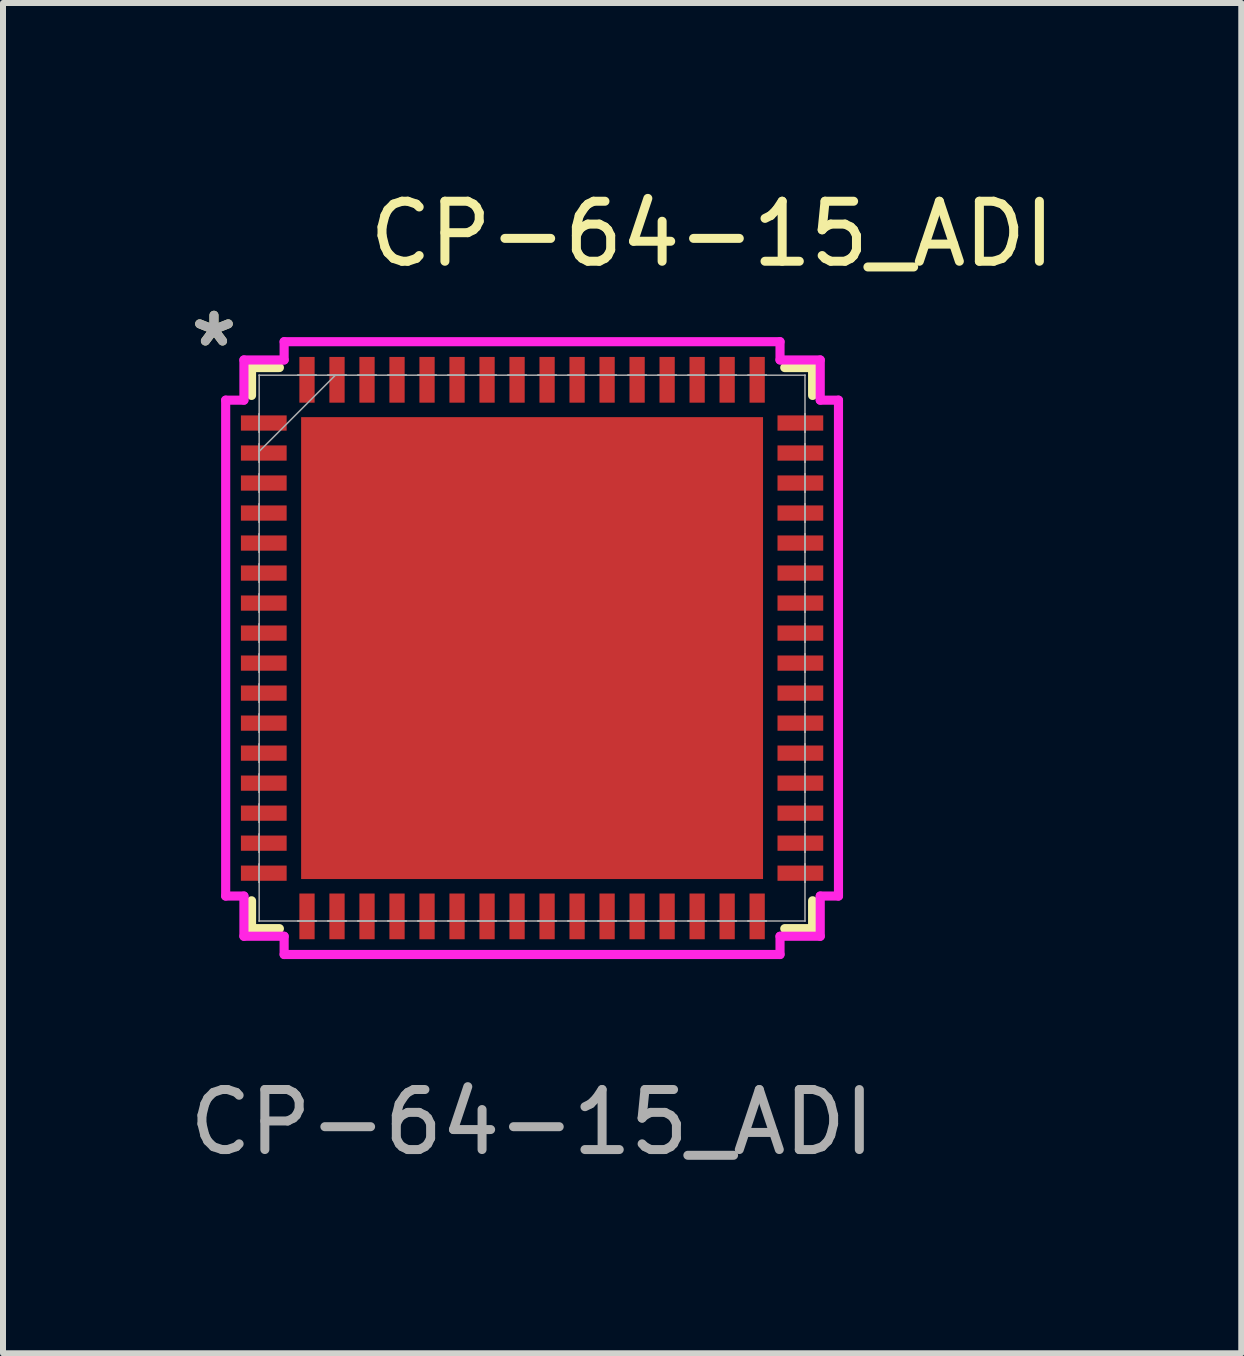
<source format=kicad_pcb>
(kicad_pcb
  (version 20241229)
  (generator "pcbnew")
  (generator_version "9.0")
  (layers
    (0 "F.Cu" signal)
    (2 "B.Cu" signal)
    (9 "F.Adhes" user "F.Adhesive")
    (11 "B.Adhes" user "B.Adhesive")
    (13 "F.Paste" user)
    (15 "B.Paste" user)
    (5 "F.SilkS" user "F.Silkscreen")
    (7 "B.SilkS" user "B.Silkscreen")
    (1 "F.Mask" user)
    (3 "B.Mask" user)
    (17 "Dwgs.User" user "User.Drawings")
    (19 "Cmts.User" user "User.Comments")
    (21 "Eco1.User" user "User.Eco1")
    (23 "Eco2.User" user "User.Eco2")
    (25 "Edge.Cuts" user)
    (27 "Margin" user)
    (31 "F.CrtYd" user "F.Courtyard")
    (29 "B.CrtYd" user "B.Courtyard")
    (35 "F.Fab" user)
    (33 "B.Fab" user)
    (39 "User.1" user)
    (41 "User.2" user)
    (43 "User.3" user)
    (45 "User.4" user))
  (footprint "CP-64-15_ADI"
    (layer "F.Cu")
    (at 5.815 7.748)
    (property "Reference" "CP-64-15_ADI" (at 3 -6.9 0) (unlocked yes) (layer "F.SilkS") (effects (font (size 1 1) (thickness 0.15))))
    (attr smd)
    (fp_line (start -4.674 -4.674) (end -4.674 -4.21) (stroke (width 0.152) (type solid)) (layer "F.SilkS"))
    (fp_line (start -4.674 4.21) (end -4.674 4.674) (stroke (width 0.152) (type solid)) (layer "F.SilkS"))
    (fp_line (start -4.674 4.674) (end -4.21 4.674) (stroke (width 0.152) (type solid)) (layer "F.SilkS"))
    (fp_line (start -4.21 -4.674) (end -4.674 -4.674) (stroke (width 0.152) (type solid)) (layer "F.SilkS"))
    (fp_line (start 4.21 4.674) (end 4.674 4.674) (stroke (width 0.152) (type solid)) (layer "F.SilkS"))
    (fp_line (start 4.674 -4.674) (end 4.21 -4.674) (stroke (width 0.152) (type solid)) (layer "F.SilkS"))
    (fp_line (start 4.674 -4.21) (end 4.674 -4.674) (stroke (width 0.152) (type solid)) (layer "F.SilkS"))
    (fp_line (start 4.674 4.674) (end 4.674 4.21) (stroke (width 0.152) (type solid)) (layer "F.SilkS"))
    (fp_poly (pts (xy -3.748 -3.748) (xy -3.748 -2.665) (xy -2.665 -2.665) (xy -2.665 -3.748)) (stroke (width 0) (type solid)) (fill yes) (layer "F.Paste"))
    (fp_poly (pts (xy -3.748 -2.465) (xy -3.748 -1.383) (xy -2.665 -1.383) (xy -2.665 -2.465)) (stroke (width 0) (type solid)) (fill yes) (layer "F.Paste"))
    (fp_poly (pts (xy -3.748 -1.183) (xy -3.748 -0.1) (xy -2.665 -0.1) (xy -2.665 -1.183)) (stroke (width 0) (type solid)) (fill yes) (layer "F.Paste"))
    (fp_poly (pts (xy -3.748 0.1) (xy -3.748 1.183) (xy -2.665 1.183) (xy -2.665 0.1)) (stroke (width 0) (type solid)) (fill yes) (layer "F.Paste"))
    (fp_poly (pts (xy -3.748 1.383) (xy -3.748 2.465) (xy -2.665 2.465) (xy -2.665 1.383)) (stroke (width 0) (type solid)) (fill yes) (layer "F.Paste"))
    (fp_poly (pts (xy -3.748 2.665) (xy -3.748 3.748) (xy -2.665 3.748) (xy -2.665 2.665)) (stroke (width 0) (type solid)) (fill yes) (layer "F.Paste"))
    (fp_poly (pts (xy -2.465 -3.748) (xy -2.465 -2.665) (xy -1.383 -2.665) (xy -1.383 -3.748)) (stroke (width 0) (type solid)) (fill yes) (layer "F.Paste"))
    (fp_poly (pts (xy -2.465 -2.465) (xy -2.465 -1.383) (xy -1.383 -1.383) (xy -1.383 -2.465)) (stroke (width 0) (type solid)) (fill yes) (layer "F.Paste"))
    (fp_poly (pts (xy -2.465 -1.183) (xy -2.465 -0.1) (xy -1.383 -0.1) (xy -1.383 -1.183)) (stroke (width 0) (type solid)) (fill yes) (layer "F.Paste"))
    (fp_poly (pts (xy -2.465 0.1) (xy -2.465 1.183) (xy -1.383 1.183) (xy -1.383 0.1)) (stroke (width 0) (type solid)) (fill yes) (layer "F.Paste"))
    (fp_poly (pts (xy -2.465 1.383) (xy -2.465 2.465) (xy -1.383 2.465) (xy -1.383 1.383)) (stroke (width 0) (type solid)) (fill yes) (layer "F.Paste"))
    (fp_poly (pts (xy -2.465 2.665) (xy -2.465 3.748) (xy -1.383 3.748) (xy -1.383 2.665)) (stroke (width 0) (type solid)) (fill yes) (layer "F.Paste"))
    (fp_poly (pts (xy -1.183 -3.748) (xy -1.183 -2.665) (xy -0.1 -2.665) (xy -0.1 -3.748)) (stroke (width 0) (type solid)) (fill yes) (layer "F.Paste"))
    (fp_poly (pts (xy -1.183 -2.465) (xy -1.183 -1.383) (xy -0.1 -1.383) (xy -0.1 -2.465)) (stroke (width 0) (type solid)) (fill yes) (layer "F.Paste"))
    (fp_poly (pts (xy -1.183 -1.183) (xy -1.183 -0.1) (xy -0.1 -0.1) (xy -0.1 -1.183)) (stroke (width 0) (type solid)) (fill yes) (layer "F.Paste"))
    (fp_poly (pts (xy -1.183 0.1) (xy -1.183 1.183) (xy -0.1 1.183) (xy -0.1 0.1)) (stroke (width 0) (type solid)) (fill yes) (layer "F.Paste"))
    (fp_poly (pts (xy -1.183 1.383) (xy -1.183 2.465) (xy -0.1 2.465) (xy -0.1 1.383)) (stroke (width 0) (type solid)) (fill yes) (layer "F.Paste"))
    (fp_poly (pts (xy -1.183 2.665) (xy -1.183 3.748) (xy -0.1 3.748) (xy -0.1 2.665)) (stroke (width 0) (type solid)) (fill yes) (layer "F.Paste"))
    (fp_poly (pts (xy 0.1 -3.748) (xy 0.1 -2.665) (xy 1.183 -2.665) (xy 1.183 -3.748)) (stroke (width 0) (type solid)) (fill yes) (layer "F.Paste"))
    (fp_poly (pts (xy 0.1 -2.465) (xy 0.1 -1.383) (xy 1.183 -1.383) (xy 1.183 -2.465)) (stroke (width 0) (type solid)) (fill yes) (layer "F.Paste"))
    (fp_poly (pts (xy 0.1 -1.183) (xy 0.1 -0.1) (xy 1.183 -0.1) (xy 1.183 -1.183)) (stroke (width 0) (type solid)) (fill yes) (layer "F.Paste"))
    (fp_poly (pts (xy 0.1 0.1) (xy 0.1 1.183) (xy 1.183 1.183) (xy 1.183 0.1)) (stroke (width 0) (type solid)) (fill yes) (layer "F.Paste"))
    (fp_poly (pts (xy 0.1 1.383) (xy 0.1 2.465) (xy 1.183 2.465) (xy 1.183 1.383)) (stroke (width 0) (type solid)) (fill yes) (layer "F.Paste"))
    (fp_poly (pts (xy 0.1 2.665) (xy 0.1 3.748) (xy 1.183 3.748) (xy 1.183 2.665)) (stroke (width 0) (type solid)) (fill yes) (layer "F.Paste"))
    (fp_poly (pts (xy 1.383 -3.748) (xy 1.383 -2.665) (xy 2.465 -2.665) (xy 2.465 -3.748)) (stroke (width 0) (type solid)) (fill yes) (layer "F.Paste"))
    (fp_poly (pts (xy 1.383 -2.465) (xy 1.383 -1.383) (xy 2.465 -1.383) (xy 2.465 -2.465)) (stroke (width 0) (type solid)) (fill yes) (layer "F.Paste"))
    (fp_poly (pts (xy 1.383 -1.183) (xy 1.383 -0.1) (xy 2.465 -0.1) (xy 2.465 -1.183)) (stroke (width 0) (type solid)) (fill yes) (layer "F.Paste"))
    (fp_poly (pts (xy 1.383 0.1) (xy 1.383 1.183) (xy 2.465 1.183) (xy 2.465 0.1)) (stroke (width 0) (type solid)) (fill yes) (layer "F.Paste"))
    (fp_poly (pts (xy 1.383 1.383) (xy 1.383 2.465) (xy 2.465 2.465) (xy 2.465 1.383)) (stroke (width 0) (type solid)) (fill yes) (layer "F.Paste"))
    (fp_poly (pts (xy 1.383 2.665) (xy 1.383 3.748) (xy 2.465 3.748) (xy 2.465 2.665)) (stroke (width 0) (type solid)) (fill yes) (layer "F.Paste"))
    (fp_poly (pts (xy 2.665 -3.748) (xy 2.665 -2.665) (xy 3.748 -2.665) (xy 3.748 -3.748)) (stroke (width 0) (type solid)) (fill yes) (layer "F.Paste"))
    (fp_poly (pts (xy 2.665 -2.465) (xy 2.665 -1.383) (xy 3.748 -1.383) (xy 3.748 -2.465)) (stroke (width 0) (type solid)) (fill yes) (layer "F.Paste"))
    (fp_poly (pts (xy 2.665 -1.183) (xy 2.665 -0.1) (xy 3.748 -0.1) (xy 3.748 -1.183)) (stroke (width 0) (type solid)) (fill yes) (layer "F.Paste"))
    (fp_poly (pts (xy 2.665 0.1) (xy 2.665 1.183) (xy 3.748 1.183) (xy 3.748 0.1)) (stroke (width 0) (type solid)) (fill yes) (layer "F.Paste"))
    (fp_poly (pts (xy 2.665 1.383) (xy 2.665 2.465) (xy 3.748 2.465) (xy 3.748 1.383)) (stroke (width 0) (type solid)) (fill yes) (layer "F.Paste"))
    (fp_poly (pts (xy 2.665 2.665) (xy 2.665 3.748) (xy 3.748 3.748) (xy 3.748 2.665)) (stroke (width 0) (type solid)) (fill yes) (layer "F.Paste"))
    (fp_line (start -5.105 -4.131) (end -4.801 -4.131) (stroke (width 0.152) (type solid)) (layer "F.CrtYd"))
    (fp_line (start -5.105 4.131) (end -5.105 -4.131) (stroke (width 0.152) (type solid)) (layer "F.CrtYd"))
    (fp_line (start -4.801 -4.801) (end -4.131 -4.801) (stroke (width 0.152) (type solid)) (layer "F.CrtYd"))
    (fp_line (start -4.801 -4.131) (end -4.801 -4.801) (stroke (width 0.152) (type solid)) (layer "F.CrtYd"))
    (fp_line (start -4.801 4.131) (end -5.105 4.131) (stroke (width 0.152) (type solid)) (layer "F.CrtYd"))
    (fp_line (start -4.801 4.801) (end -4.801 4.131) (stroke (width 0.152) (type solid)) (layer "F.CrtYd"))
    (fp_line (start -4.131 -5.105) (end 4.131 -5.105) (stroke (width 0.152) (type solid)) (layer "F.CrtYd"))
    (fp_line (start -4.131 -4.801) (end -4.131 -5.105) (stroke (width 0.152) (type solid)) (layer "F.CrtYd"))
    (fp_line (start -4.131 4.801) (end -4.801 4.801) (stroke (width 0.152) (type solid)) (layer "F.CrtYd"))
    (fp_line (start -4.131 5.105) (end -4.131 4.801) (stroke (width 0.152) (type solid)) (layer "F.CrtYd"))
    (fp_line (start 4.131 -5.105) (end 4.131 -4.801) (stroke (width 0.152) (type solid)) (layer "F.CrtYd"))
    (fp_line (start 4.131 -4.801) (end 4.801 -4.801) (stroke (width 0.152) (type solid)) (layer "F.CrtYd"))
    (fp_line (start 4.131 4.801) (end 4.131 5.105) (stroke (width 0.152) (type solid)) (layer "F.CrtYd"))
    (fp_line (start 4.131 5.105) (end -4.131 5.105) (stroke (width 0.152) (type solid)) (layer "F.CrtYd"))
    (fp_line (start 4.801 -4.801) (end 4.801 -4.131) (stroke (width 0.152) (type solid)) (layer "F.CrtYd"))
    (fp_line (start 4.801 -4.131) (end 5.105 -4.131) (stroke (width 0.152) (type solid)) (layer "F.CrtYd"))
    (fp_line (start 4.801 4.131) (end 4.801 4.801) (stroke (width 0.152) (type solid)) (layer "F.CrtYd"))
    (fp_line (start 4.801 4.801) (end 4.131 4.801) (stroke (width 0.152) (type solid)) (layer "F.CrtYd"))
    (fp_line (start 5.105 -4.131) (end 5.105 4.131) (stroke (width 0.152) (type solid)) (layer "F.CrtYd"))
    (fp_line (start 5.105 4.131) (end 4.801 4.131) (stroke (width 0.152) (type solid)) (layer "F.CrtYd"))
    (fp_line (start -4.547 -4.547) (end -4.547 -4.547) (stroke (width 0.025) (type solid)) (layer "F.Fab"))
    (fp_line (start -4.547 -4.547) (end -4.547 4.547) (stroke (width 0.025) (type solid)) (layer "F.Fab"))
    (fp_line (start -4.547 -3.902) (end -4.547 -3.902) (stroke (width 0.025) (type solid)) (layer "F.Fab"))
    (fp_line (start -4.547 -3.902) (end -4.547 -3.598) (stroke (width 0.025) (type solid)) (layer "F.Fab"))
    (fp_line (start -4.547 -3.598) (end -4.547 -3.902) (stroke (width 0.025) (type solid)) (layer "F.Fab"))
    (fp_line (start -4.547 -3.598) (end -4.547 -3.598) (stroke (width 0.025) (type solid)) (layer "F.Fab"))
    (fp_line (start -4.547 -3.402) (end -4.547 -3.402) (stroke (width 0.025) (type solid)) (layer "F.Fab"))
    (fp_line (start -4.547 -3.402) (end -4.547 -3.098) (stroke (width 0.025) (type solid)) (layer "F.Fab"))
    (fp_line (start -4.547 -3.277) (end -3.277 -4.547) (stroke (width 0.025) (type solid)) (layer "F.Fab"))
    (fp_line (start -4.547 -3.098) (end -4.547 -3.402) (stroke (width 0.025) (type solid)) (layer "F.Fab"))
    (fp_line (start -4.547 -3.098) (end -4.547 -3.098) (stroke (width 0.025) (type solid)) (layer "F.Fab"))
    (fp_line (start -4.547 -2.902) (end -4.547 -2.902) (stroke (width 0.025) (type solid)) (layer "F.Fab"))
    (fp_line (start -4.547 -2.902) (end -4.547 -2.598) (stroke (width 0.025) (type solid)) (layer "F.Fab"))
    (fp_line (start -4.547 -2.598) (end -4.547 -2.902) (stroke (width 0.025) (type solid)) (layer "F.Fab"))
    (fp_line (start -4.547 -2.598) (end -4.547 -2.598) (stroke (width 0.025) (type solid)) (layer "F.Fab"))
    (fp_line (start -4.547 -2.402) (end -4.547 -2.402) (stroke (width 0.025) (type solid)) (layer "F.Fab"))
    (fp_line (start -4.547 -2.402) (end -4.547 -2.098) (stroke (width 0.025) (type solid)) (layer "F.Fab"))
    (fp_line (start -4.547 -2.098) (end -4.547 -2.402) (stroke (width 0.025) (type solid)) (layer "F.Fab"))
    (fp_line (start -4.547 -2.098) (end -4.547 -2.098) (stroke (width 0.025) (type solid)) (layer "F.Fab"))
    (fp_line (start -4.547 -1.902) (end -4.547 -1.902) (stroke (width 0.025) (type solid)) (layer "F.Fab"))
    (fp_line (start -4.547 -1.902) (end -4.547 -1.598) (stroke (width 0.025) (type solid)) (layer "F.Fab"))
    (fp_line (start -4.547 -1.598) (end -4.547 -1.902) (stroke (width 0.025) (type solid)) (layer "F.Fab"))
    (fp_line (start -4.547 -1.598) (end -4.547 -1.598) (stroke (width 0.025) (type solid)) (layer "F.Fab"))
    (fp_line (start -4.547 -1.402) (end -4.547 -1.402) (stroke (width 0.025) (type solid)) (layer "F.Fab"))
    (fp_line (start -4.547 -1.402) (end -4.547 -1.098) (stroke (width 0.025) (type solid)) (layer "F.Fab"))
    (fp_line (start -4.547 -1.098) (end -4.547 -1.402) (stroke (width 0.025) (type solid)) (layer "F.Fab"))
    (fp_line (start -4.547 -1.098) (end -4.547 -1.098) (stroke (width 0.025) (type solid)) (layer "F.Fab"))
    (fp_line (start -4.547 -0.902) (end -4.547 -0.902) (stroke (width 0.025) (type solid)) (layer "F.Fab"))
    (fp_line (start -4.547 -0.902) (end -4.547 -0.598) (stroke (width 0.025) (type solid)) (layer "F.Fab"))
    (fp_line (start -4.547 -0.598) (end -4.547 -0.902) (stroke (width 0.025) (type solid)) (layer "F.Fab"))
    (fp_line (start -4.547 -0.598) (end -4.547 -0.598) (stroke (width 0.025) (type solid)) (layer "F.Fab"))
    (fp_line (start -4.547 -0.402) (end -4.547 -0.402) (stroke (width 0.025) (type solid)) (layer "F.Fab"))
    (fp_line (start -4.547 -0.402) (end -4.547 -0.098) (stroke (width 0.025) (type solid)) (layer "F.Fab"))
    (fp_line (start -4.547 -0.098) (end -4.547 -0.402) (stroke (width 0.025) (type solid)) (layer "F.Fab"))
    (fp_line (start -4.547 -0.098) (end -4.547 -0.098) (stroke (width 0.025) (type solid)) (layer "F.Fab"))
    (fp_line (start -4.547 0.098) (end -4.547 0.098) (stroke (width 0.025) (type solid)) (layer "F.Fab"))
    (fp_line (start -4.547 0.098) (end -4.547 0.402) (stroke (width 0.025) (type solid)) (layer "F.Fab"))
    (fp_line (start -4.547 0.402) (end -4.547 0.098) (stroke (width 0.025) (type solid)) (layer "F.Fab"))
    (fp_line (start -4.547 0.402) (end -4.547 0.402) (stroke (width 0.025) (type solid)) (layer "F.Fab"))
    (fp_line (start -4.547 0.598) (end -4.547 0.598) (stroke (width 0.025) (type solid)) (layer "F.Fab"))
    (fp_line (start -4.547 0.598) (end -4.547 0.902) (stroke (width 0.025) (type solid)) (layer "F.Fab"))
    (fp_line (start -4.547 0.902) (end -4.547 0.598) (stroke (width 0.025) (type solid)) (layer "F.Fab"))
    (fp_line (start -4.547 0.902) (end -4.547 0.902) (stroke (width 0.025) (type solid)) (layer "F.Fab"))
    (fp_line (start -4.547 1.098) (end -4.547 1.098) (stroke (width 0.025) (type solid)) (layer "F.Fab"))
    (fp_line (start -4.547 1.098) (end -4.547 1.402) (stroke (width 0.025) (type solid)) (layer "F.Fab"))
    (fp_line (start -4.547 1.402) (end -4.547 1.098) (stroke (width 0.025) (type solid)) (layer "F.Fab"))
    (fp_line (start -4.547 1.402) (end -4.547 1.402) (stroke (width 0.025) (type solid)) (layer "F.Fab"))
    (fp_line (start -4.547 1.598) (end -4.547 1.598) (stroke (width 0.025) (type solid)) (layer "F.Fab"))
    (fp_line (start -4.547 1.598) (end -4.547 1.902) (stroke (width 0.025) (type solid)) (layer "F.Fab"))
    (fp_line (start -4.547 1.902) (end -4.547 1.598) (stroke (width 0.025) (type solid)) (layer "F.Fab"))
    (fp_line (start -4.547 1.902) (end -4.547 1.902) (stroke (width 0.025) (type solid)) (layer "F.Fab"))
    (fp_line (start -4.547 2.098) (end -4.547 2.098) (stroke (width 0.025) (type solid)) (layer "F.Fab"))
    (fp_line (start -4.547 2.098) (end -4.547 2.402) (stroke (width 0.025) (type solid)) (layer "F.Fab"))
    (fp_line (start -4.547 2.402) (end -4.547 2.098) (stroke (width 0.025) (type solid)) (layer "F.Fab"))
    (fp_line (start -4.547 2.402) (end -4.547 2.402) (stroke (width 0.025) (type solid)) (layer "F.Fab"))
    (fp_line (start -4.547 2.598) (end -4.547 2.598) (stroke (width 0.025) (type solid)) (layer "F.Fab"))
    (fp_line (start -4.547 2.598) (end -4.547 2.902) (stroke (width 0.025) (type solid)) (layer "F.Fab"))
    (fp_line (start -4.547 2.902) (end -4.547 2.598) (stroke (width 0.025) (type solid)) (layer "F.Fab"))
    (fp_line (start -4.547 2.902) (end -4.547 2.902) (stroke (width 0.025) (type solid)) (layer "F.Fab"))
    (fp_line (start -4.547 3.098) (end -4.547 3.098) (stroke (width 0.025) (type solid)) (layer "F.Fab"))
    (fp_line (start -4.547 3.098) (end -4.547 3.402) (stroke (width 0.025) (type solid)) (layer "F.Fab"))
    (fp_line (start -4.547 3.402) (end -4.547 3.098) (stroke (width 0.025) (type solid)) (layer "F.Fab"))
    (fp_line (start -4.547 3.402) (end -4.547 3.402) (stroke (width 0.025) (type solid)) (layer "F.Fab"))
    (fp_line (start -4.547 3.598) (end -4.547 3.598) (stroke (width 0.025) (type solid)) (layer "F.Fab"))
    (fp_line (start -4.547 3.598) (end -4.547 3.902) (stroke (width 0.025) (type solid)) (layer "F.Fab"))
    (fp_line (start -4.547 3.902) (end -4.547 3.598) (stroke (width 0.025) (type solid)) (layer "F.Fab"))
    (fp_line (start -4.547 3.902) (end -4.547 3.902) (stroke (width 0.025) (type solid)) (layer "F.Fab"))
    (fp_line (start -4.547 4.547) (end -4.547 4.547) (stroke (width 0.025) (type solid)) (layer "F.Fab"))
    (fp_line (start -4.547 4.547) (end 4.547 4.547) (stroke (width 0.025) (type solid)) (layer "F.Fab"))
    (fp_line (start -3.902 -4.547) (end -3.902 -4.547) (stroke (width 0.025) (type solid)) (layer "F.Fab"))
    (fp_line (start -3.902 -4.547) (end -3.598 -4.547) (stroke (width 0.025) (type solid)) (layer "F.Fab"))
    (fp_line (start -3.902 4.547) (end -3.902 4.547) (stroke (width 0.025) (type solid)) (layer "F.Fab"))
    (fp_line (start -3.902 4.547) (end -3.598 4.547) (stroke (width 0.025) (type solid)) (layer "F.Fab"))
    (fp_line (start -3.598 -4.547) (end -3.902 -4.547) (stroke (width 0.025) (type solid)) (layer "F.Fab"))
    (fp_line (start -3.598 -4.547) (end -3.598 -4.547) (stroke (width 0.025) (type solid)) (layer "F.Fab"))
    (fp_line (start -3.598 4.547) (end -3.902 4.547) (stroke (width 0.025) (type solid)) (layer "F.Fab"))
    (fp_line (start -3.598 4.547) (end -3.598 4.547) (stroke (width 0.025) (type solid)) (layer "F.Fab"))
    (fp_line (start -3.402 -4.547) (end -3.402 -4.547) (stroke (width 0.025) (type solid)) (layer "F.Fab"))
    (fp_line (start -3.402 -4.547) (end -3.098 -4.547) (stroke (width 0.025) (type solid)) (layer "F.Fab"))
    (fp_line (start -3.402 4.547) (end -3.402 4.547) (stroke (width 0.025) (type solid)) (layer "F.Fab"))
    (fp_line (start -3.402 4.547) (end -3.098 4.547) (stroke (width 0.025) (type solid)) (layer "F.Fab"))
    (fp_line (start -3.098 -4.547) (end -3.402 -4.547) (stroke (width 0.025) (type solid)) (layer "F.Fab"))
    (fp_line (start -3.098 -4.547) (end -3.098 -4.547) (stroke (width 0.025) (type solid)) (layer "F.Fab"))
    (fp_line (start -3.098 4.547) (end -3.402 4.547) (stroke (width 0.025) (type solid)) (layer "F.Fab"))
    (fp_line (start -3.098 4.547) (end -3.098 4.547) (stroke (width 0.025) (type solid)) (layer "F.Fab"))
    (fp_line (start -2.902 -4.547) (end -2.902 -4.547) (stroke (width 0.025) (type solid)) (layer "F.Fab"))
    (fp_line (start -2.902 -4.547) (end -2.598 -4.547) (stroke (width 0.025) (type solid)) (layer "F.Fab"))
    (fp_line (start -2.902 4.547) (end -2.902 4.547) (stroke (width 0.025) (type solid)) (layer "F.Fab"))
    (fp_line (start -2.902 4.547) (end -2.598 4.547) (stroke (width 0.025) (type solid)) (layer "F.Fab"))
    (fp_line (start -2.598 -4.547) (end -2.902 -4.547) (stroke (width 0.025) (type solid)) (layer "F.Fab"))
    (fp_line (start -2.598 -4.547) (end -2.598 -4.547) (stroke (width 0.025) (type solid)) (layer "F.Fab"))
    (fp_line (start -2.598 4.547) (end -2.902 4.547) (stroke (width 0.025) (type solid)) (layer "F.Fab"))
    (fp_line (start -2.598 4.547) (end -2.598 4.547) (stroke (width 0.025) (type solid)) (layer "F.Fab"))
    (fp_line (start -2.402 -4.547) (end -2.402 -4.547) (stroke (width 0.025) (type solid)) (layer "F.Fab"))
    (fp_line (start -2.402 -4.547) (end -2.098 -4.547) (stroke (width 0.025) (type solid)) (layer "F.Fab"))
    (fp_line (start -2.402 4.547) (end -2.402 4.547) (stroke (width 0.025) (type solid)) (layer "F.Fab"))
    (fp_line (start -2.402 4.547) (end -2.098 4.547) (stroke (width 0.025) (type solid)) (layer "F.Fab"))
    (fp_line (start -2.098 -4.547) (end -2.402 -4.547) (stroke (width 0.025) (type solid)) (layer "F.Fab"))
    (fp_line (start -2.098 -4.547) (end -2.098 -4.547) (stroke (width 0.025) (type solid)) (layer "F.Fab"))
    (fp_line (start -2.098 4.547) (end -2.402 4.547) (stroke (width 0.025) (type solid)) (layer "F.Fab"))
    (fp_line (start -2.098 4.547) (end -2.098 4.547) (stroke (width 0.025) (type solid)) (layer "F.Fab"))
    (fp_line (start -1.902 -4.547) (end -1.902 -4.547) (stroke (width 0.025) (type solid)) (layer "F.Fab"))
    (fp_line (start -1.902 -4.547) (end -1.598 -4.547) (stroke (width 0.025) (type solid)) (layer "F.Fab"))
    (fp_line (start -1.902 4.547) (end -1.902 4.547) (stroke (width 0.025) (type solid)) (layer "F.Fab"))
    (fp_line (start -1.902 4.547) (end -1.598 4.547) (stroke (width 0.025) (type solid)) (layer "F.Fab"))
    (fp_line (start -1.598 -4.547) (end -1.902 -4.547) (stroke (width 0.025) (type solid)) (layer "F.Fab"))
    (fp_line (start -1.598 -4.547) (end -1.598 -4.547) (stroke (width 0.025) (type solid)) (layer "F.Fab"))
    (fp_line (start -1.598 4.547) (end -1.902 4.547) (stroke (width 0.025) (type solid)) (layer "F.Fab"))
    (fp_line (start -1.598 4.547) (end -1.598 4.547) (stroke (width 0.025) (type solid)) (layer "F.Fab"))
    (fp_line (start -1.402 -4.547) (end -1.402 -4.547) (stroke (width 0.025) (type solid)) (layer "F.Fab"))
    (fp_line (start -1.402 -4.547) (end -1.098 -4.547) (stroke (width 0.025) (type solid)) (layer "F.Fab"))
    (fp_line (start -1.402 4.547) (end -1.402 4.547) (stroke (width 0.025) (type solid)) (layer "F.Fab"))
    (fp_line (start -1.402 4.547) (end -1.098 4.547) (stroke (width 0.025) (type solid)) (layer "F.Fab"))
    (fp_line (start -1.098 -4.547) (end -1.402 -4.547) (stroke (width 0.025) (type solid)) (layer "F.Fab"))
    (fp_line (start -1.098 -4.547) (end -1.098 -4.547) (stroke (width 0.025) (type solid)) (layer "F.Fab"))
    (fp_line (start -1.098 4.547) (end -1.402 4.547) (stroke (width 0.025) (type solid)) (layer "F.Fab"))
    (fp_line (start -1.098 4.547) (end -1.098 4.547) (stroke (width 0.025) (type solid)) (layer "F.Fab"))
    (fp_line (start -0.902 -4.547) (end -0.902 -4.547) (stroke (width 0.025) (type solid)) (layer "F.Fab"))
    (fp_line (start -0.902 -4.547) (end -0.598 -4.547) (stroke (width 0.025) (type solid)) (layer "F.Fab"))
    (fp_line (start -0.902 4.547) (end -0.902 4.547) (stroke (width 0.025) (type solid)) (layer "F.Fab"))
    (fp_line (start -0.902 4.547) (end -0.598 4.547) (stroke (width 0.025) (type solid)) (layer "F.Fab"))
    (fp_line (start -0.598 -4.547) (end -0.902 -4.547) (stroke (width 0.025) (type solid)) (layer "F.Fab"))
    (fp_line (start -0.598 -4.547) (end -0.598 -4.547) (stroke (width 0.025) (type solid)) (layer "F.Fab"))
    (fp_line (start -0.598 4.547) (end -0.902 4.547) (stroke (width 0.025) (type solid)) (layer "F.Fab"))
    (fp_line (start -0.598 4.547) (end -0.598 4.547) (stroke (width 0.025) (type solid)) (layer "F.Fab"))
    (fp_line (start -0.402 -4.547) (end -0.402 -4.547) (stroke (width 0.025) (type solid)) (layer "F.Fab"))
    (fp_line (start -0.402 -4.547) (end -0.098 -4.547) (stroke (width 0.025) (type solid)) (layer "F.Fab"))
    (fp_line (start -0.402 4.547) (end -0.402 4.547) (stroke (width 0.025) (type solid)) (layer "F.Fab"))
    (fp_line (start -0.402 4.547) (end -0.098 4.547) (stroke (width 0.025) (type solid)) (layer "F.Fab"))
    (fp_line (start -0.098 -4.547) (end -0.402 -4.547) (stroke (width 0.025) (type solid)) (layer "F.Fab"))
    (fp_line (start -0.098 -4.547) (end -0.098 -4.547) (stroke (width 0.025) (type solid)) (layer "F.Fab"))
    (fp_line (start -0.098 4.547) (end -0.402 4.547) (stroke (width 0.025) (type solid)) (layer "F.Fab"))
    (fp_line (start -0.098 4.547) (end -0.098 4.547) (stroke (width 0.025) (type solid)) (layer "F.Fab"))
    (fp_line (start 0.098 -4.547) (end 0.098 -4.547) (stroke (width 0.025) (type solid)) (layer "F.Fab"))
    (fp_line (start 0.098 -4.547) (end 0.402 -4.547) (stroke (width 0.025) (type solid)) (layer "F.Fab"))
    (fp_line (start 0.098 4.547) (end 0.098 4.547) (stroke (width 0.025) (type solid)) (layer "F.Fab"))
    (fp_line (start 0.098 4.547) (end 0.402 4.547) (stroke (width 0.025) (type solid)) (layer "F.Fab"))
    (fp_line (start 0.402 -4.547) (end 0.098 -4.547) (stroke (width 0.025) (type solid)) (layer "F.Fab"))
    (fp_line (start 0.402 -4.547) (end 0.402 -4.547) (stroke (width 0.025) (type solid)) (layer "F.Fab"))
    (fp_line (start 0.402 4.547) (end 0.098 4.547) (stroke (width 0.025) (type solid)) (layer "F.Fab"))
    (fp_line (start 0.402 4.547) (end 0.402 4.547) (stroke (width 0.025) (type solid)) (layer "F.Fab"))
    (fp_line (start 0.598 -4.547) (end 0.598 -4.547) (stroke (width 0.025) (type solid)) (layer "F.Fab"))
    (fp_line (start 0.598 -4.547) (end 0.902 -4.547) (stroke (width 0.025) (type solid)) (layer "F.Fab"))
    (fp_line (start 0.598 4.547) (end 0.598 4.547) (stroke (width 0.025) (type solid)) (layer "F.Fab"))
    (fp_line (start 0.598 4.547) (end 0.902 4.547) (stroke (width 0.025) (type solid)) (layer "F.Fab"))
    (fp_line (start 0.902 -4.547) (end 0.598 -4.547) (stroke (width 0.025) (type solid)) (layer "F.Fab"))
    (fp_line (start 0.902 -4.547) (end 0.902 -4.547) (stroke (width 0.025) (type solid)) (layer "F.Fab"))
    (fp_line (start 0.902 4.547) (end 0.598 4.547) (stroke (width 0.025) (type solid)) (layer "F.Fab"))
    (fp_line (start 0.902 4.547) (end 0.902 4.547) (stroke (width 0.025) (type solid)) (layer "F.Fab"))
    (fp_line (start 1.098 -4.547) (end 1.098 -4.547) (stroke (width 0.025) (type solid)) (layer "F.Fab"))
    (fp_line (start 1.098 -4.547) (end 1.402 -4.547) (stroke (width 0.025) (type solid)) (layer "F.Fab"))
    (fp_line (start 1.098 4.547) (end 1.098 4.547) (stroke (width 0.025) (type solid)) (layer "F.Fab"))
    (fp_line (start 1.098 4.547) (end 1.402 4.547) (stroke (width 0.025) (type solid)) (layer "F.Fab"))
    (fp_line (start 1.402 -4.547) (end 1.098 -4.547) (stroke (width 0.025) (type solid)) (layer "F.Fab"))
    (fp_line (start 1.402 -4.547) (end 1.402 -4.547) (stroke (width 0.025) (type solid)) (layer "F.Fab"))
    (fp_line (start 1.402 4.547) (end 1.098 4.547) (stroke (width 0.025) (type solid)) (layer "F.Fab"))
    (fp_line (start 1.402 4.547) (end 1.402 4.547) (stroke (width 0.025) (type solid)) (layer "F.Fab"))
    (fp_line (start 1.598 -4.547) (end 1.598 -4.547) (stroke (width 0.025) (type solid)) (layer "F.Fab"))
    (fp_line (start 1.598 -4.547) (end 1.902 -4.547) (stroke (width 0.025) (type solid)) (layer "F.Fab"))
    (fp_line (start 1.598 4.547) (end 1.598 4.547) (stroke (width 0.025) (type solid)) (layer "F.Fab"))
    (fp_line (start 1.598 4.547) (end 1.902 4.547) (stroke (width 0.025) (type solid)) (layer "F.Fab"))
    (fp_line (start 1.902 -4.547) (end 1.598 -4.547) (stroke (width 0.025) (type solid)) (layer "F.Fab"))
    (fp_line (start 1.902 -4.547) (end 1.902 -4.547) (stroke (width 0.025) (type solid)) (layer "F.Fab"))
    (fp_line (start 1.902 4.547) (end 1.598 4.547) (stroke (width 0.025) (type solid)) (layer "F.Fab"))
    (fp_line (start 1.902 4.547) (end 1.902 4.547) (stroke (width 0.025) (type solid)) (layer "F.Fab"))
    (fp_line (start 2.098 -4.547) (end 2.098 -4.547) (stroke (width 0.025) (type solid)) (layer "F.Fab"))
    (fp_line (start 2.098 -4.547) (end 2.402 -4.547) (stroke (width 0.025) (type solid)) (layer "F.Fab"))
    (fp_line (start 2.098 4.547) (end 2.098 4.547) (stroke (width 0.025) (type solid)) (layer "F.Fab"))
    (fp_line (start 2.098 4.547) (end 2.402 4.547) (stroke (width 0.025) (type solid)) (layer "F.Fab"))
    (fp_line (start 2.402 -4.547) (end 2.098 -4.547) (stroke (width 0.025) (type solid)) (layer "F.Fab"))
    (fp_line (start 2.402 -4.547) (end 2.402 -4.547) (stroke (width 0.025) (type solid)) (layer "F.Fab"))
    (fp_line (start 2.402 4.547) (end 2.098 4.547) (stroke (width 0.025) (type solid)) (layer "F.Fab"))
    (fp_line (start 2.402 4.547) (end 2.402 4.547) (stroke (width 0.025) (type solid)) (layer "F.Fab"))
    (fp_line (start 2.598 -4.547) (end 2.598 -4.547) (stroke (width 0.025) (type solid)) (layer "F.Fab"))
    (fp_line (start 2.598 -4.547) (end 2.902 -4.547) (stroke (width 0.025) (type solid)) (layer "F.Fab"))
    (fp_line (start 2.598 4.547) (end 2.598 4.547) (stroke (width 0.025) (type solid)) (layer "F.Fab"))
    (fp_line (start 2.598 4.547) (end 2.902 4.547) (stroke (width 0.025) (type solid)) (layer "F.Fab"))
    (fp_line (start 2.902 -4.547) (end 2.598 -4.547) (stroke (width 0.025) (type solid)) (layer "F.Fab"))
    (fp_line (start 2.902 -4.547) (end 2.902 -4.547) (stroke (width 0.025) (type solid)) (layer "F.Fab"))
    (fp_line (start 2.902 4.547) (end 2.598 4.547) (stroke (width 0.025) (type solid)) (layer "F.Fab"))
    (fp_line (start 2.902 4.547) (end 2.902 4.547) (stroke (width 0.025) (type solid)) (layer "F.Fab"))
    (fp_line (start 3.098 -4.547) (end 3.098 -4.547) (stroke (width 0.025) (type solid)) (layer "F.Fab"))
    (fp_line (start 3.098 -4.547) (end 3.402 -4.547) (stroke (width 0.025) (type solid)) (layer "F.Fab"))
    (fp_line (start 3.098 4.547) (end 3.098 4.547) (stroke (width 0.025) (type solid)) (layer "F.Fab"))
    (fp_line (start 3.098 4.547) (end 3.402 4.547) (stroke (width 0.025) (type solid)) (layer "F.Fab"))
    (fp_line (start 3.402 -4.547) (end 3.098 -4.547) (stroke (width 0.025) (type solid)) (layer "F.Fab"))
    (fp_line (start 3.402 -4.547) (end 3.402 -4.547) (stroke (width 0.025) (type solid)) (layer "F.Fab"))
    (fp_line (start 3.402 4.547) (end 3.098 4.547) (stroke (width 0.025) (type solid)) (layer "F.Fab"))
    (fp_line (start 3.402 4.547) (end 3.402 4.547) (stroke (width 0.025) (type solid)) (layer "F.Fab"))
    (fp_line (start 3.598 -4.547) (end 3.598 -4.547) (stroke (width 0.025) (type solid)) (layer "F.Fab"))
    (fp_line (start 3.598 -4.547) (end 3.902 -4.547) (stroke (width 0.025) (type solid)) (layer "F.Fab"))
    (fp_line (start 3.598 4.547) (end 3.598 4.547) (stroke (width 0.025) (type solid)) (layer "F.Fab"))
    (fp_line (start 3.598 4.547) (end 3.902 4.547) (stroke (width 0.025) (type solid)) (layer "F.Fab"))
    (fp_line (start 3.902 -4.547) (end 3.598 -4.547) (stroke (width 0.025) (type solid)) (layer "F.Fab"))
    (fp_line (start 3.902 -4.547) (end 3.902 -4.547) (stroke (width 0.025) (type solid)) (layer "F.Fab"))
    (fp_line (start 3.902 4.547) (end 3.598 4.547) (stroke (width 0.025) (type solid)) (layer "F.Fab"))
    (fp_line (start 3.902 4.547) (end 3.902 4.547) (stroke (width 0.025) (type solid)) (layer "F.Fab"))
    (fp_line (start 4.547 -4.547) (end -4.547 -4.547) (stroke (width 0.025) (type solid)) (layer "F.Fab"))
    (fp_line (start 4.547 -4.547) (end 4.547 -4.547) (stroke (width 0.025) (type solid)) (layer "F.Fab"))
    (fp_line (start 4.547 -3.902) (end 4.547 -3.902) (stroke (width 0.025) (type solid)) (layer "F.Fab"))
    (fp_line (start 4.547 -3.902) (end 4.547 -3.598) (stroke (width 0.025) (type solid)) (layer "F.Fab"))
    (fp_line (start 4.547 -3.598) (end 4.547 -3.902) (stroke (width 0.025) (type solid)) (layer "F.Fab"))
    (fp_line (start 4.547 -3.598) (end 4.547 -3.598) (stroke (width 0.025) (type solid)) (layer "F.Fab"))
    (fp_line (start 4.547 -3.402) (end 4.547 -3.402) (stroke (width 0.025) (type solid)) (layer "F.Fab"))
    (fp_line (start 4.547 -3.402) (end 4.547 -3.098) (stroke (width 0.025) (type solid)) (layer "F.Fab"))
    (fp_line (start 4.547 -3.098) (end 4.547 -3.402) (stroke (width 0.025) (type solid)) (layer "F.Fab"))
    (fp_line (start 4.547 -3.098) (end 4.547 -3.098) (stroke (width 0.025) (type solid)) (layer "F.Fab"))
    (fp_line (start 4.547 -2.902) (end 4.547 -2.902) (stroke (width 0.025) (type solid)) (layer "F.Fab"))
    (fp_line (start 4.547 -2.902) (end 4.547 -2.598) (stroke (width 0.025) (type solid)) (layer "F.Fab"))
    (fp_line (start 4.547 -2.598) (end 4.547 -2.902) (stroke (width 0.025) (type solid)) (layer "F.Fab"))
    (fp_line (start 4.547 -2.598) (end 4.547 -2.598) (stroke (width 0.025) (type solid)) (layer "F.Fab"))
    (fp_line (start 4.547 -2.402) (end 4.547 -2.402) (stroke (width 0.025) (type solid)) (layer "F.Fab"))
    (fp_line (start 4.547 -2.402) (end 4.547 -2.098) (stroke (width 0.025) (type solid)) (layer "F.Fab"))
    (fp_line (start 4.547 -2.098) (end 4.547 -2.402) (stroke (width 0.025) (type solid)) (layer "F.Fab"))
    (fp_line (start 4.547 -2.098) (end 4.547 -2.098) (stroke (width 0.025) (type solid)) (layer "F.Fab"))
    (fp_line (start 4.547 -1.902) (end 4.547 -1.902) (stroke (width 0.025) (type solid)) (layer "F.Fab"))
    (fp_line (start 4.547 -1.902) (end 4.547 -1.598) (stroke (width 0.025) (type solid)) (layer "F.Fab"))
    (fp_line (start 4.547 -1.598) (end 4.547 -1.902) (stroke (width 0.025) (type solid)) (layer "F.Fab"))
    (fp_line (start 4.547 -1.598) (end 4.547 -1.598) (stroke (width 0.025) (type solid)) (layer "F.Fab"))
    (fp_line (start 4.547 -1.402) (end 4.547 -1.402) (stroke (width 0.025) (type solid)) (layer "F.Fab"))
    (fp_line (start 4.547 -1.402) (end 4.547 -1.098) (stroke (width 0.025) (type solid)) (layer "F.Fab"))
    (fp_line (start 4.547 -1.098) (end 4.547 -1.402) (stroke (width 0.025) (type solid)) (layer "F.Fab"))
    (fp_line (start 4.547 -1.098) (end 4.547 -1.098) (stroke (width 0.025) (type solid)) (layer "F.Fab"))
    (fp_line (start 4.547 -0.902) (end 4.547 -0.902) (stroke (width 0.025) (type solid)) (layer "F.Fab"))
    (fp_line (start 4.547 -0.902) (end 4.547 -0.598) (stroke (width 0.025) (type solid)) (layer "F.Fab"))
    (fp_line (start 4.547 -0.598) (end 4.547 -0.902) (stroke (width 0.025) (type solid)) (layer "F.Fab"))
    (fp_line (start 4.547 -0.598) (end 4.547 -0.598) (stroke (width 0.025) (type solid)) (layer "F.Fab"))
    (fp_line (start 4.547 -0.402) (end 4.547 -0.402) (stroke (width 0.025) (type solid)) (layer "F.Fab"))
    (fp_line (start 4.547 -0.402) (end 4.547 -0.098) (stroke (width 0.025) (type solid)) (layer "F.Fab"))
    (fp_line (start 4.547 -0.098) (end 4.547 -0.402) (stroke (width 0.025) (type solid)) (layer "F.Fab"))
    (fp_line (start 4.547 -0.098) (end 4.547 -0.098) (stroke (width 0.025) (type solid)) (layer "F.Fab"))
    (fp_line (start 4.547 0.098) (end 4.547 0.098) (stroke (width 0.025) (type solid)) (layer "F.Fab"))
    (fp_line (start 4.547 0.098) (end 4.547 0.402) (stroke (width 0.025) (type solid)) (layer "F.Fab"))
    (fp_line (start 4.547 0.402) (end 4.547 0.098) (stroke (width 0.025) (type solid)) (layer "F.Fab"))
    (fp_line (start 4.547 0.402) (end 4.547 0.402) (stroke (width 0.025) (type solid)) (layer "F.Fab"))
    (fp_line (start 4.547 0.598) (end 4.547 0.598) (stroke (width 0.025) (type solid)) (layer "F.Fab"))
    (fp_line (start 4.547 0.598) (end 4.547 0.902) (stroke (width 0.025) (type solid)) (layer "F.Fab"))
    (fp_line (start 4.547 0.902) (end 4.547 0.598) (stroke (width 0.025) (type solid)) (layer "F.Fab"))
    (fp_line (start 4.547 0.902) (end 4.547 0.902) (stroke (width 0.025) (type solid)) (layer "F.Fab"))
    (fp_line (start 4.547 1.098) (end 4.547 1.098) (stroke (width 0.025) (type solid)) (layer "F.Fab"))
    (fp_line (start 4.547 1.098) (end 4.547 1.402) (stroke (width 0.025) (type solid)) (layer "F.Fab"))
    (fp_line (start 4.547 1.402) (end 4.547 1.098) (stroke (width 0.025) (type solid)) (layer "F.Fab"))
    (fp_line (start 4.547 1.402) (end 4.547 1.402) (stroke (width 0.025) (type solid)) (layer "F.Fab"))
    (fp_line (start 4.547 1.598) (end 4.547 1.598) (stroke (width 0.025) (type solid)) (layer "F.Fab"))
    (fp_line (start 4.547 1.598) (end 4.547 1.902) (stroke (width 0.025) (type solid)) (layer "F.Fab"))
    (fp_line (start 4.547 1.902) (end 4.547 1.598) (stroke (width 0.025) (type solid)) (layer "F.Fab"))
    (fp_line (start 4.547 1.902) (end 4.547 1.902) (stroke (width 0.025) (type solid)) (layer "F.Fab"))
    (fp_line (start 4.547 2.098) (end 4.547 2.098) (stroke (width 0.025) (type solid)) (layer "F.Fab"))
    (fp_line (start 4.547 2.098) (end 4.547 2.402) (stroke (width 0.025) (type solid)) (layer "F.Fab"))
    (fp_line (start 4.547 2.402) (end 4.547 2.098) (stroke (width 0.025) (type solid)) (layer "F.Fab"))
    (fp_line (start 4.547 2.402) (end 4.547 2.402) (stroke (width 0.025) (type solid)) (layer "F.Fab"))
    (fp_line (start 4.547 2.598) (end 4.547 2.598) (stroke (width 0.025) (type solid)) (layer "F.Fab"))
    (fp_line (start 4.547 2.598) (end 4.547 2.902) (stroke (width 0.025) (type solid)) (layer "F.Fab"))
    (fp_line (start 4.547 2.902) (end 4.547 2.598) (stroke (width 0.025) (type solid)) (layer "F.Fab"))
    (fp_line (start 4.547 2.902) (end 4.547 2.902) (stroke (width 0.025) (type solid)) (layer "F.Fab"))
    (fp_line (start 4.547 3.098) (end 4.547 3.098) (stroke (width 0.025) (type solid)) (layer "F.Fab"))
    (fp_line (start 4.547 3.098) (end 4.547 3.402) (stroke (width 0.025) (type solid)) (layer "F.Fab"))
    (fp_line (start 4.547 3.402) (end 4.547 3.098) (stroke (width 0.025) (type solid)) (layer "F.Fab"))
    (fp_line (start 4.547 3.402) (end 4.547 3.402) (stroke (width 0.025) (type solid)) (layer "F.Fab"))
    (fp_line (start 4.547 3.598) (end 4.547 3.598) (stroke (width 0.025) (type solid)) (layer "F.Fab"))
    (fp_line (start 4.547 3.598) (end 4.547 3.902) (stroke (width 0.025) (type solid)) (layer "F.Fab"))
    (fp_line (start 4.547 3.902) (end 4.547 3.598) (stroke (width 0.025) (type solid)) (layer "F.Fab"))
    (fp_line (start 4.547 3.902) (end 4.547 3.902) (stroke (width 0.025) (type solid)) (layer "F.Fab"))
    (fp_line (start 4.547 4.547) (end 4.547 -4.547) (stroke (width 0.025) (type solid)) (layer "F.Fab"))
    (fp_line (start 4.547 4.547) (end 4.547 4.547) (stroke (width 0.025) (type solid)) (layer "F.Fab"))
    (fp_text user "*" (at -5.3 -5 0) (layer "F.SilkS") (effects (font (size 1 1) (thickness 0.15))))
    (fp_text user "*" (at -5.3 -5 0) (layer "F.Fab") (effects (font (size 1 1) (thickness 0.15))))
    (fp_text user "${REFERENCE}" (at 0 7.9 0) (unlocked yes) (layer "F.Fab") (effects (font (size 1 1) (thickness 0.15))))
    (pad "1" smd rect (at -4.47 -3.75 90) (size 0.254 0.762) (layers "F.Cu" "F.Mask" "F.Paste"))
    (pad "2" smd rect (at -4.47 -3.25 90) (size 0.254 0.762) (layers "F.Cu" "F.Mask" "F.Paste"))
    (pad "3" smd rect (at -4.47 -2.75 90) (size 0.254 0.762) (layers "F.Cu" "F.Mask" "F.Paste"))
    (pad "4" smd rect (at -4.47 -2.25 90) (size 0.254 0.762) (layers "F.Cu" "F.Mask" "F.Paste"))
    (pad "5" smd rect (at -4.47 -1.75 90) (size 0.254 0.762) (layers "F.Cu" "F.Mask" "F.Paste"))
    (pad "6" smd rect (at -4.47 -1.25 90) (size 0.254 0.762) (layers "F.Cu" "F.Mask" "F.Paste"))
    (pad "7" smd rect (at -4.47 -0.75 90) (size 0.254 0.762) (layers "F.Cu" "F.Mask" "F.Paste"))
    (pad "8" smd rect (at -4.47 -0.25 90) (size 0.254 0.762) (layers "F.Cu" "F.Mask" "F.Paste"))
    (pad "9" smd rect (at -4.47 0.25 90) (size 0.254 0.762) (layers "F.Cu" "F.Mask" "F.Paste"))
    (pad "10" smd rect (at -4.47 0.75 90) (size 0.254 0.762) (layers "F.Cu" "F.Mask" "F.Paste"))
    (pad "11" smd rect (at -4.47 1.25 90) (size 0.254 0.762) (layers "F.Cu" "F.Mask" "F.Paste"))
    (pad "12" smd rect (at -4.47 1.75 90) (size 0.254 0.762) (layers "F.Cu" "F.Mask" "F.Paste"))
    (pad "13" smd rect (at -4.47 2.25 90) (size 0.254 0.762) (layers "F.Cu" "F.Mask" "F.Paste"))
    (pad "14" smd rect (at -4.47 2.75 90) (size 0.254 0.762) (layers "F.Cu" "F.Mask" "F.Paste"))
    (pad "15" smd rect (at -4.47 3.25 90) (size 0.254 0.762) (layers "F.Cu" "F.Mask" "F.Paste"))
    (pad "16" smd rect (at -4.47 3.75 90) (size 0.254 0.762) (layers "F.Cu" "F.Mask" "F.Paste"))
    (pad "17" smd rect (at -3.75 4.47) (size 0.254 0.762) (layers "F.Cu" "F.Mask" "F.Paste"))
    (pad "18" smd rect (at -3.25 4.47) (size 0.254 0.762) (layers "F.Cu" "F.Mask" "F.Paste"))
    (pad "19" smd rect (at -2.75 4.47) (size 0.254 0.762) (layers "F.Cu" "F.Mask" "F.Paste"))
    (pad "20" smd rect (at -2.25 4.47) (size 0.254 0.762) (layers "F.Cu" "F.Mask" "F.Paste"))
    (pad "21" smd rect (at -1.75 4.47) (size 0.254 0.762) (layers "F.Cu" "F.Mask" "F.Paste"))
    (pad "22" smd rect (at -1.25 4.47) (size 0.254 0.762) (layers "F.Cu" "F.Mask" "F.Paste"))
    (pad "23" smd rect (at -0.75 4.47) (size 0.254 0.762) (layers "F.Cu" "F.Mask" "F.Paste"))
    (pad "24" smd rect (at -0.25 4.47) (size 0.254 0.762) (layers "F.Cu" "F.Mask" "F.Paste"))
    (pad "25" smd rect (at 0.25 4.47) (size 0.254 0.762) (layers "F.Cu" "F.Mask" "F.Paste"))
    (pad "26" smd rect (at 0.75 4.47) (size 0.254 0.762) (layers "F.Cu" "F.Mask" "F.Paste"))
    (pad "27" smd rect (at 1.25 4.47) (size 0.254 0.762) (layers "F.Cu" "F.Mask" "F.Paste"))
    (pad "28" smd rect (at 1.75 4.47) (size 0.254 0.762) (layers "F.Cu" "F.Mask" "F.Paste"))
    (pad "29" smd rect (at 2.25 4.47) (size 0.254 0.762) (layers "F.Cu" "F.Mask" "F.Paste"))
    (pad "30" smd rect (at 2.75 4.47) (size 0.254 0.762) (layers "F.Cu" "F.Mask" "F.Paste"))
    (pad "31" smd rect (at 3.25 4.47) (size 0.254 0.762) (layers "F.Cu" "F.Mask" "F.Paste"))
    (pad "32" smd rect (at 3.75 4.47) (size 0.254 0.762) (layers "F.Cu" "F.Mask" "F.Paste"))
    (pad "33" smd rect (at 4.47 3.75 90) (size 0.254 0.762) (layers "F.Cu" "F.Mask" "F.Paste"))
    (pad "34" smd rect (at 4.47 3.25 90) (size 0.254 0.762) (layers "F.Cu" "F.Mask" "F.Paste"))
    (pad "35" smd rect (at 4.47 2.75 90) (size 0.254 0.762) (layers "F.Cu" "F.Mask" "F.Paste"))
    (pad "36" smd rect (at 4.47 2.25 90) (size 0.254 0.762) (layers "F.Cu" "F.Mask" "F.Paste"))
    (pad "37" smd rect (at 4.47 1.75 90) (size 0.254 0.762) (layers "F.Cu" "F.Mask" "F.Paste"))
    (pad "38" smd rect (at 4.47 1.25 90) (size 0.254 0.762) (layers "F.Cu" "F.Mask" "F.Paste"))
    (pad "39" smd rect (at 4.47 0.75 90) (size 0.254 0.762) (layers "F.Cu" "F.Mask" "F.Paste"))
    (pad "40" smd rect (at 4.47 0.25 90) (size 0.254 0.762) (layers "F.Cu" "F.Mask" "F.Paste"))
    (pad "41" smd rect (at 4.47 -0.25 90) (size 0.254 0.762) (layers "F.Cu" "F.Mask" "F.Paste"))
    (pad "42" smd rect (at 4.47 -0.75 90) (size 0.254 0.762) (layers "F.Cu" "F.Mask" "F.Paste"))
    (pad "43" smd rect (at 4.47 -1.25 90) (size 0.254 0.762) (layers "F.Cu" "F.Mask" "F.Paste"))
    (pad "44" smd rect (at 4.47 -1.75 90) (size 0.254 0.762) (layers "F.Cu" "F.Mask" "F.Paste"))
    (pad "45" smd rect (at 4.47 -2.25 90) (size 0.254 0.762) (layers "F.Cu" "F.Mask" "F.Paste"))
    (pad "46" smd rect (at 4.47 -2.75 90) (size 0.254 0.762) (layers "F.Cu" "F.Mask" "F.Paste"))
    (pad "47" smd rect (at 4.47 -3.25 90) (size 0.254 0.762) (layers "F.Cu" "F.Mask" "F.Paste"))
    (pad "48" smd rect (at 4.47 -3.75 90) (size 0.254 0.762) (layers "F.Cu" "F.Mask" "F.Paste"))
    (pad "49" smd rect (at 3.75 -4.47) (size 0.254 0.762) (layers "F.Cu" "F.Mask" "F.Paste"))
    (pad "50" smd rect (at 3.25 -4.47) (size 0.254 0.762) (layers "F.Cu" "F.Mask" "F.Paste"))
    (pad "51" smd rect (at 2.75 -4.47) (size 0.254 0.762) (layers "F.Cu" "F.Mask" "F.Paste"))
    (pad "52" smd rect (at 2.25 -4.47) (size 0.254 0.762) (layers "F.Cu" "F.Mask" "F.Paste"))
    (pad "53" smd rect (at 1.75 -4.47) (size 0.254 0.762) (layers "F.Cu" "F.Mask" "F.Paste"))
    (pad "54" smd rect (at 1.25 -4.47) (size 0.254 0.762) (layers "F.Cu" "F.Mask" "F.Paste"))
    (pad "55" smd rect (at 0.75 -4.47) (size 0.254 0.762) (layers "F.Cu" "F.Mask" "F.Paste"))
    (pad "56" smd rect (at 0.25 -4.47) (size 0.254 0.762) (layers "F.Cu" "F.Mask" "F.Paste"))
    (pad "57" smd rect (at -0.25 -4.47) (size 0.254 0.762) (layers "F.Cu" "F.Mask" "F.Paste"))
    (pad "58" smd rect (at -0.75 -4.47) (size 0.254 0.762) (layers "F.Cu" "F.Mask" "F.Paste"))
    (pad "59" smd rect (at -1.25 -4.47) (size 0.254 0.762) (layers "F.Cu" "F.Mask" "F.Paste"))
    (pad "60" smd rect (at -1.75 -4.47) (size 0.254 0.762) (layers "F.Cu" "F.Mask" "F.Paste"))
    (pad "61" smd rect (at -2.25 -4.47) (size 0.254 0.762) (layers "F.Cu" "F.Mask" "F.Paste"))
    (pad "62" smd rect (at -2.75 -4.47) (size 0.254 0.762) (layers "F.Cu" "F.Mask" "F.Paste"))
    (pad "63" smd rect (at -3.25 -4.47) (size 0.254 0.762) (layers "F.Cu" "F.Mask" "F.Paste"))
    (pad "64" smd rect (at -3.75 -4.47) (size 0.254 0.762) (layers "F.Cu" "F.Mask" "F.Paste"))
    (pad "65" smd rect (at 0 0) (size 7.696 7.696) (layers "F.Cu" "F.Mask" "F.Paste")))
  (gr_rect
    (start -3 -3)
    (end 17.631 19.497)
    (stroke (width 0.1) (type default))
    (fill no)
    (layer "Edge.Cuts")))
</source>
